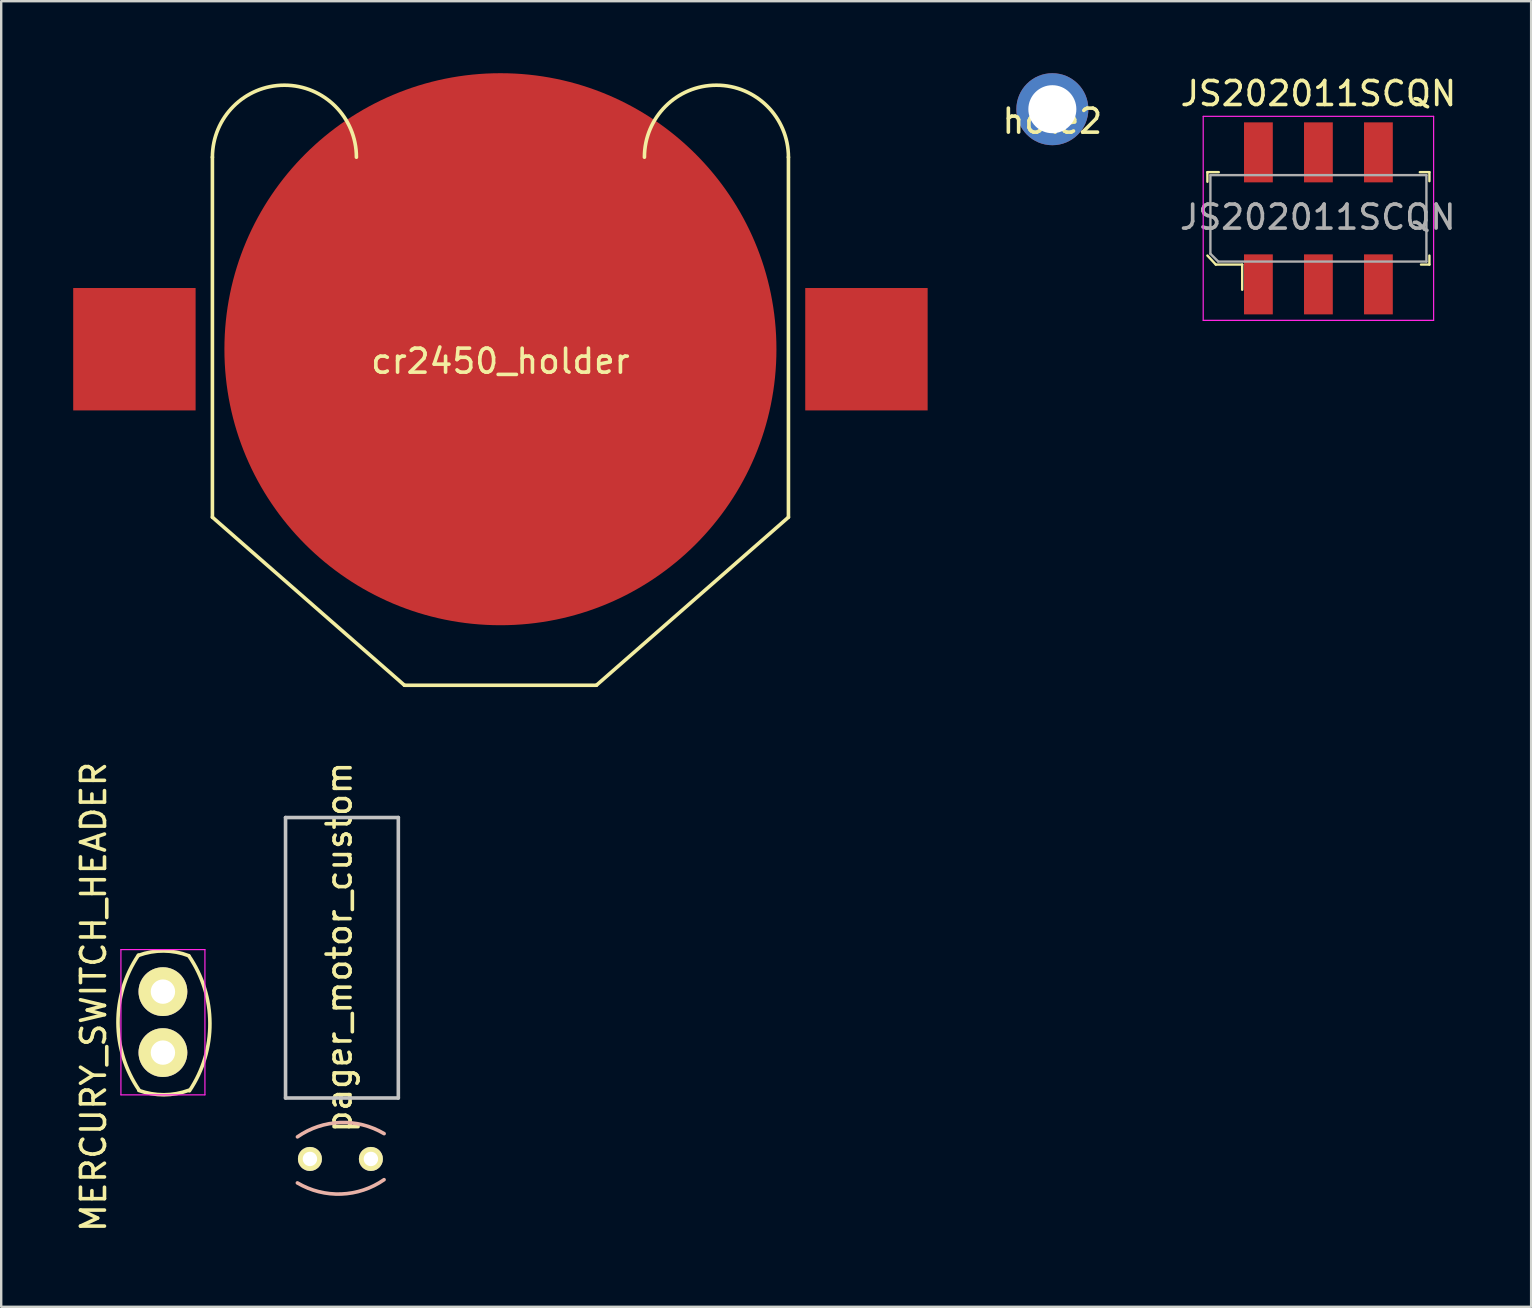
<source format=kicad_pcb>
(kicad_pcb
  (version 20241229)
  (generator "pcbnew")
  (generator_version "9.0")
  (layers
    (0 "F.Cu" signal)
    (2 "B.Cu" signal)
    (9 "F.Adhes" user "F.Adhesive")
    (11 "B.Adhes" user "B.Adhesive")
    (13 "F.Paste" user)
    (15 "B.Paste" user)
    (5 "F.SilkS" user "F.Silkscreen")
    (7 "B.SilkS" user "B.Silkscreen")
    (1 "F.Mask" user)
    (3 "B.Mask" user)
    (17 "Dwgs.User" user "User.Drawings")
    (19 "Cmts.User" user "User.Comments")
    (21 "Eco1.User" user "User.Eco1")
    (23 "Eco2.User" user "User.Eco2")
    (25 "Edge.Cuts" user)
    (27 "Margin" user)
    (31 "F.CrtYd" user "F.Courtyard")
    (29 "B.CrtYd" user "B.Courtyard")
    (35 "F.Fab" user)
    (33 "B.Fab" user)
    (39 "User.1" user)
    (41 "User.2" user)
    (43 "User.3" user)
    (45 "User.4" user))
  (footprint "cr2450_holder"
    (layer "F.Cu")
    (at 17.8 11.5)
    (property "Reference" "cr2450_holder" (at 0 0.5 0) (layer "F.SilkS") (effects (font (size 1 1) (thickness 0.15))))
    (attr through_hole)
    (fp_line (start -12 -8) (end -12 7) (stroke (width 0.15) (type solid)) (layer "F.SilkS"))
    (fp_line (start -12 7) (end -4 14) (stroke (width 0.15) (type solid)) (layer "F.SilkS"))
    (fp_line (start -4 14) (end 4 14) (stroke (width 0.15) (type solid)) (layer "F.SilkS"))
    (fp_line (start 4 14) (end 12 7) (stroke (width 0.15) (type solid)) (layer "F.SilkS"))
    (fp_line (start 12 7) (end 12 -8) (stroke (width 0.15) (type solid)) (layer "F.SilkS"))
    (fp_arc (start -12 -8) (mid -9 -11) (end -6 -8) (stroke (width 0.15) (type solid)) (layer "F.SilkS"))
    (fp_arc (start 6 -8) (mid 9 -11) (end 12 -8) (stroke (width 0.15) (type solid)) (layer "F.SilkS"))
    (pad "1" smd rect (at -15.25 0) (size 5.1 5.1) (layers "F.Cu" "F.Mask" "F.Paste"))
    (pad "1" smd rect (at 15.25 0) (size 5.1 5.1) (layers "F.Cu" "F.Mask" "F.Paste"))
    (pad "2" smd circle (at 0 0) (size 23 23) (layers "F.Cu" "F.Mask" "F.Paste")))
  (footprint "hole2"
    (layer "F.Cu")
    (at 40.796 1.5)
    (property "Reference" "hole2" (at 0 0.5 0) (layer "F.SilkS") (effects (font (size 1 1) (thickness 0.15))))
    (attr through_hole)
    (pad "1" thru_hole circle (at 0 0) (size 3 3) (drill 2) (layers "*.Cu" "*.Mask")))
  (footprint "MERCURY_SWITCH_HEADER"
    (layer "F.Cu")
    (at 3.738 38.266)
    (property "Reference" "MERCURY_SWITCH_HEADER" (at -2.89 0.22 90) (layer "F.SilkS") (effects (font (size 1 1) (thickness 0.15))))
    (attr through_hole)
    (fp_arc (start -1.02 -1.51) (mid 0.029376 -1.694612) (end 1.076249 -1.4963) (stroke (width 0.15) (type solid)) (layer "F.SilkS"))
    (fp_arc (start -0.993771 4.101431) (mid -1.872046 1.294752) (end -1.02 -1.52) (stroke (width 0.15) (type solid)) (layer "F.SilkS"))
    (fp_arc (start 1.08 -1.49) (mid 1.958275 1.316679) (end 1.106229 4.131431) (stroke (width 0.15) (type solid)) (layer "F.SilkS"))
    (fp_arc (start 1.08 4.11) (mid 0.039106 4.29664) (end -1.002885 4.116226) (stroke (width 0.15) (type solid)) (layer "F.SilkS"))
    (fp_line (start -1.75 -1.75) (end -1.75 4.3) (stroke (width 0.05) (type solid)) (layer "F.CrtYd"))
    (fp_line (start -1.75 -1.75) (end 1.75 -1.75) (stroke (width 0.05) (type solid)) (layer "F.CrtYd"))
    (fp_line (start -1.75 4.3) (end 1.75 4.3) (stroke (width 0.05) (type solid)) (layer "F.CrtYd"))
    (fp_line (start 1.75 -1.75) (end 1.75 4.3) (stroke (width 0.05) (type solid)) (layer "F.CrtYd"))
    (pad "1" thru_hole circle (at 0 0) (size 2.032 2.032) (drill 1.016) (layers "*.Cu" "*.Mask" "F.SilkS"))
    (pad "2" thru_hole oval (at 0 2.54) (size 2.032 2.032) (drill 1.016) (layers "*.Cu" "*.Mask" "F.SilkS")))
  (footprint "JS202011SCQN"
    (layer "F.Cu")
    (at 51.881 6.048)
    (property "Reference" "JS202011SCQN" (at 0 -5.2 0) (layer "F.SilkS") (effects (font (size 1 1) (thickness 0.15))))
    (attr through_hole)
    (fp_line (start -4.625 -1.925) (end -4.625 -1.525) (stroke (width 0.1) (type solid)) (layer "F.SilkS"))
    (fp_line (start -4.625 1.55) (end -4.275 1.925) (stroke (width 0.1) (type solid)) (layer "F.SilkS"))
    (fp_line (start -4.275 1.925) (end -3.175 1.925) (stroke (width 0.1) (type solid)) (layer "F.SilkS"))
    (fp_line (start -4.15 -1.925) (end -4.625 -1.925) (stroke (width 0.1) (type solid)) (layer "F.SilkS"))
    (fp_line (start -3.175 1.925) (end -3.175 2.975) (stroke (width 0.1) (type solid)) (layer "F.SilkS"))
    (fp_line (start 4.225 -1.925) (end 4.625 -1.925) (stroke (width 0.1) (type solid)) (layer "F.SilkS"))
    (fp_line (start 4.625 -1.925) (end 4.625 -1.55) (stroke (width 0.1) (type solid)) (layer "F.SilkS"))
    (fp_line (start 4.625 1.55) (end 4.625 1.925) (stroke (width 0.1) (type solid)) (layer "F.SilkS"))
    (fp_line (start 4.625 1.925) (end 4.275 1.925) (stroke (width 0.1) (type solid)) (layer "F.SilkS"))
    (fp_line (start -4.8 -4.25) (end -4.8 4.25) (stroke (width 0.05) (type solid)) (layer "F.CrtYd"))
    (fp_line (start -4.8 4.25) (end 4.8 4.25) (stroke (width 0.05) (type solid)) (layer "F.CrtYd"))
    (fp_line (start 4.8 -4.25) (end -4.8 -4.25) (stroke (width 0.05) (type solid)) (layer "F.CrtYd"))
    (fp_line (start 4.8 -4.25) (end 4.8 4.25) (stroke (width 0.05) (type solid)) (layer "F.CrtYd"))
    (fp_line (start -4.5 1.475) (end -4.5 -1.8) (stroke (width 0.1) (type solid)) (layer "F.Fab"))
    (fp_line (start -4.5 1.475) (end -4.175 1.8) (stroke (width 0.1) (type solid)) (layer "F.Fab"))
    (fp_line (start -4.175 1.8) (end 4.5 1.8) (stroke (width 0.1) (type solid)) (layer "F.Fab"))
    (fp_line (start 4.5 -1.8) (end -4.5 -1.8) (stroke (width 0.1) (type solid)) (layer "F.Fab"))
    (fp_line (start 4.5 -1.8) (end 4.5 1.8) (stroke (width 0.1) (type solid)) (layer "F.Fab"))
    (fp_text user "${REFERENCE}" (at -0.025 -0.05 0) (layer "F.Fab") (effects (font (size 1 1) (thickness 0.15))))
    (pad "1" smd rect (at -2.5 2.75) (size 1.2 2.5) (layers "F.Cu" "F.Mask" "F.Paste"))
    (pad "2" smd rect (at 0 2.75) (size 1.2 2.5) (layers "F.Cu" "F.Mask" "F.Paste"))
    (pad "3" smd rect (at 2.5 2.75) (size 1.2 2.5) (layers "F.Cu" "F.Mask" "F.Paste"))
    (pad "4" smd rect (at -2.5 -2.75) (size 1.2 2.5) (layers "F.Cu" "F.Mask" "F.Paste"))
    (pad "5" smd rect (at 0 -2.75) (size 1.2 2.5) (layers "F.Cu" "F.Mask" "F.Paste"))
    (pad "6" smd rect (at 2.5 -2.75) (size 1.2 2.5) (layers "F.Cu" "F.Mask" "F.Paste")))
  (footprint "pager_motor_custom"
    (layer "F.Cu")
    (at 11.133 45.237)
    (property "Reference" "pager_motor_custom" (at -0.053 -8.823 90) (layer "F.SilkS") (effects (font (size 1 1) (thickness 0.15))))
    (attr through_hole)
    (fp_arc (start -1.79 -0.92) (mid -0.004114 -1.517708) (end 1.82123 -1.054286) (stroke (width 0.15) (type solid)) (layer "B.SilkS"))
    (fp_arc (start 1.818844 0.864304) (mid 0.032958 1.462012) (end -1.792386 0.99859) (stroke (width 0.15) (type solid)) (layer "B.SilkS"))
    (fp_line (start -2.286 -14.224) (end 2.413 -14.224) (stroke (width 0.15) (type solid)) (layer "Dwgs.User"))
    (fp_line (start -2.286 -2.54) (end -2.286 -14.224) (stroke (width 0.15) (type solid)) (layer "Dwgs.User"))
    (fp_line (start 2.413 -14.224) (end 2.413 -2.54) (stroke (width 0.15) (type solid)) (layer "Dwgs.User"))
    (fp_line (start 2.413 -2.54) (end -2.286 -2.54) (stroke (width 0.15) (type solid)) (layer "Dwgs.User"))
    (pad "1" thru_hole circle (at -1.27 0) (size 1 1) (drill 0.6) (layers "*.Cu" "*.Mask" "F.SilkS"))
    (pad "2" thru_hole circle (at 1.27 0) (size 1 1) (drill 0.6) (layers "*.Cu" "*.Mask" "F.SilkS")))
  (gr_rect
    (start -3 -3)
    (end 60.744 51.396)
    (stroke (width 0.1) (type default))
    (fill no)
    (layer "Edge.Cuts")))
</source>
